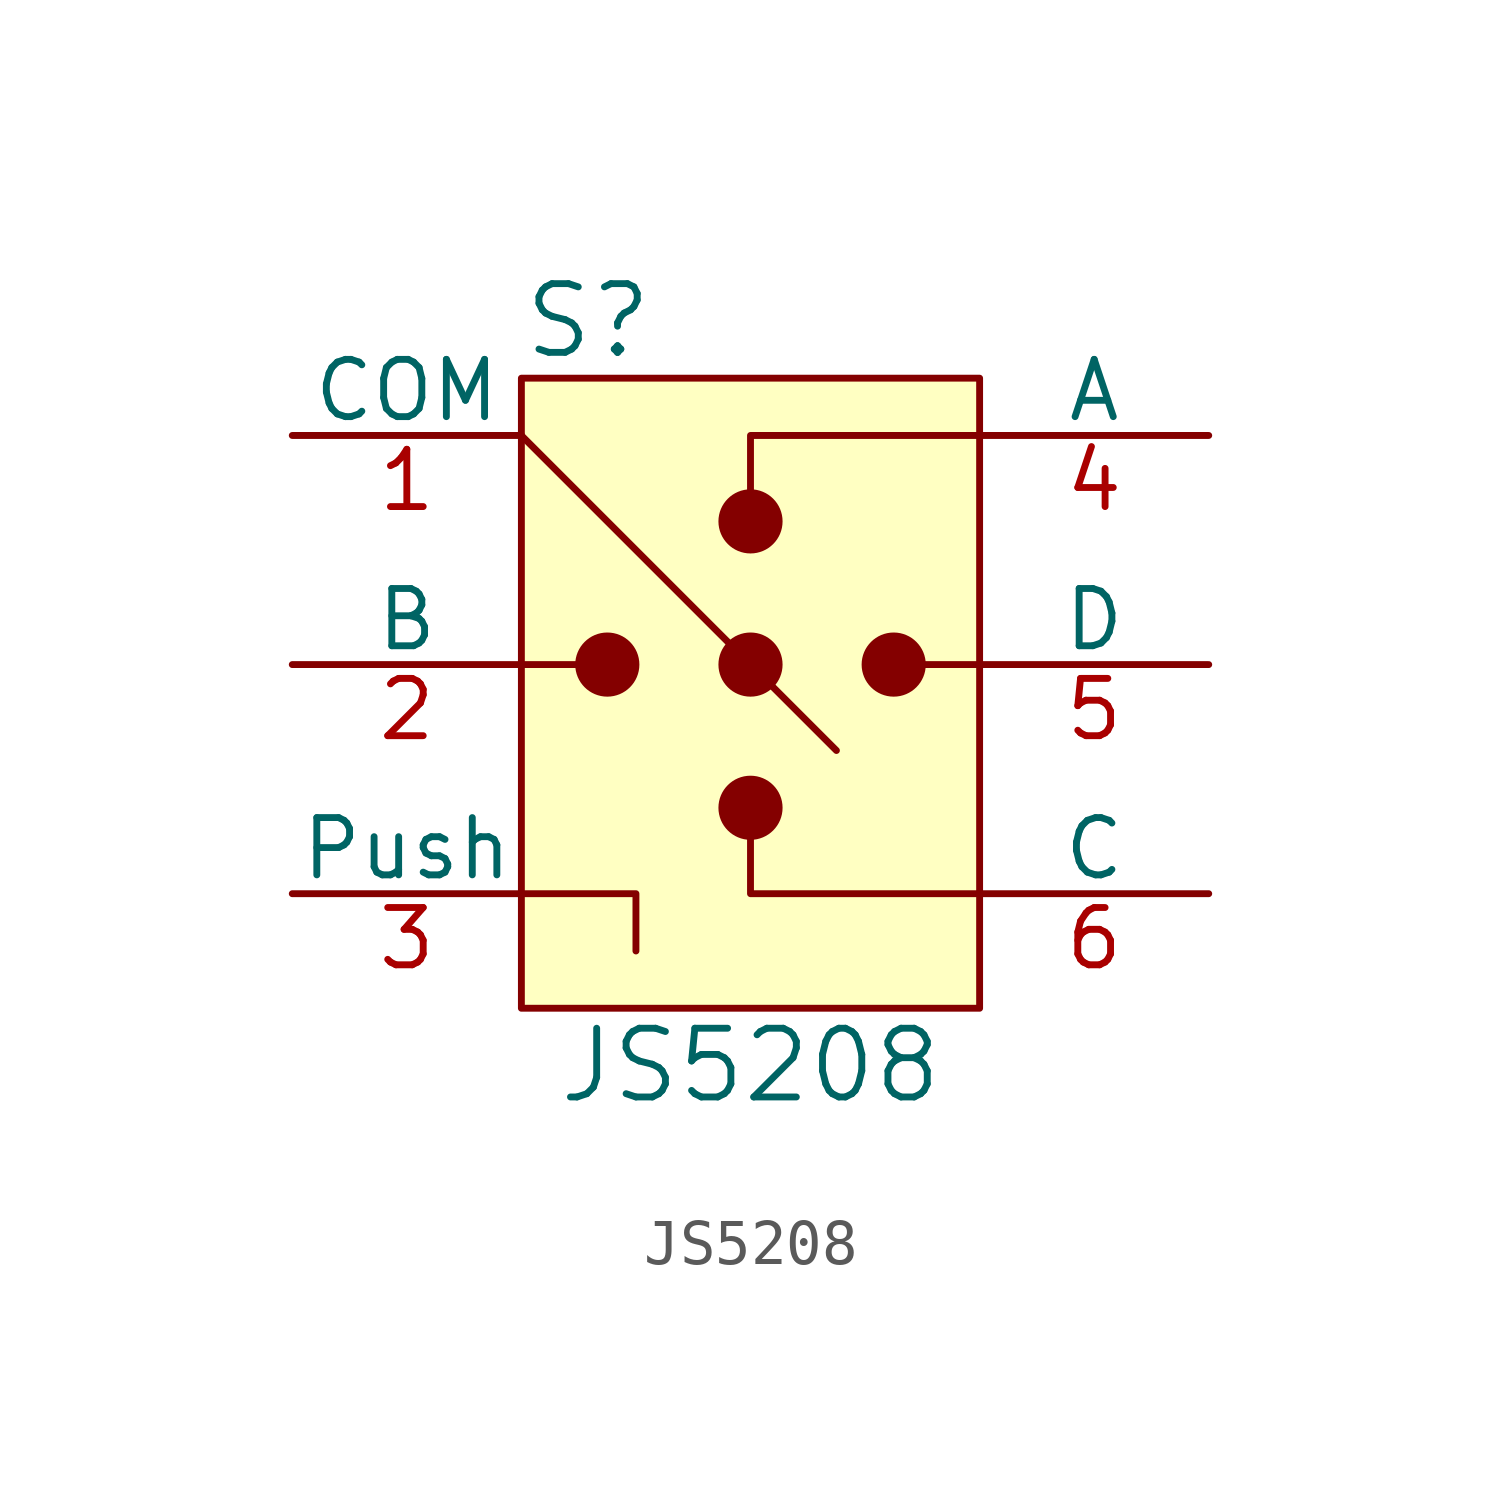
<source format=kicad_sym>
(kicad_symbol_lib
  (version 20231120)
  (generator "kicad_symbol_editor")
  (generator_version "8.0")
  (symbol "JS5208"
    (pin_names
      (offset 0))
    (property "Reference" "S"
      (at -5.08 7.62 0)
      (effects (font (size 1.524 1.524)) (justify left)))
    (property "Value" "JS5208"
      (at 0 -8.89 0)
      (effects (font (size 1.524 1.524))))
    (symbol "JS5208_0_1"
      (rectangle (start -5.08 6.35) (end 5.08 -7.62) (stroke (width 0) (type default)) (fill (type background)))
      (circle (center -3.175 0) (radius 0.635) (stroke (width 0) (type default)) (fill (type outline)))
      (circle (center 0 -3.175) (radius 0.635) (stroke (width 0) (type default)) (fill (type outline)))
      (polyline (pts (xy -5.08 0) (xy -3.81 0)) (stroke (width 0) (type default)) (fill (type none)))
      (polyline (pts (xy -5.08 5.08) (xy 1.905 -1.905)) (stroke (width 0) (type default)) (fill (type none)))
      (polyline (pts (xy 5.08 0) (xy 3.81 0)) (stroke (width 0) (type default)) (fill (type none)))
      (polyline (pts (xy -5.08 -5.08) (xy -2.54 -5.08) (xy -2.54 -6.35)) (stroke (width 0) (type default)) (fill (type none)))
      (polyline (pts (xy 5.08 -5.08) (xy 0 -5.08) (xy 0 -3.81)) (stroke (width 0) (type default)) (fill (type none)))
      (polyline (pts (xy 5.08 5.08) (xy 0 5.08) (xy 0 3.81)) (stroke (width 0) (type default)) (fill (type none)))
      (circle (center 0 0) (radius 0.635) (stroke (width 0) (type default)) (fill (type outline)))
      (circle (center 0 3.175) (radius 0.635) (stroke (width 0) (type default)) (fill (type outline)))
      (circle (center 3.175 0) (radius 0.635) (stroke (width 0) (type default)) (fill (type outline))))
    (symbol "JS5208_1_1"
      (pin passive line (at -10.16 5.08 0) (length 5.08) (name "COM" (effects (font (size 1.27 1.27)))) (number "1" (effects (font (size 1.27 1.27)))))
      (pin passive line (at -10.16 0 0) (length 5.08) (name "B" (effects (font (size 1.27 1.27)))) (number "2" (effects (font (size 1.27 1.27)))))
      (pin passive line (at -10.16 -5.08 0) (length 5.08) (name "Push" (effects (font (size 1.27 1.27)))) (number "3" (effects (font (size 1.27 1.27)))))
      (pin passive line (at 10.16 5.08 180) (length 5.08) (name "A" (effects (font (size 1.27 1.27)))) (number "4" (effects (font (size 1.27 1.27)))))
      (pin passive line (at 10.16 0 180) (length 5.08) (name "D" (effects (font (size 1.27 1.27)))) (number "5" (effects (font (size 1.27 1.27)))))
      (pin passive line (at 10.16 -5.08 180) (length 5.08) (name "C" (effects (font (size 1.27 1.27)))) (number "6" (effects (font (size 1.27 1.27))))))))
</source>
